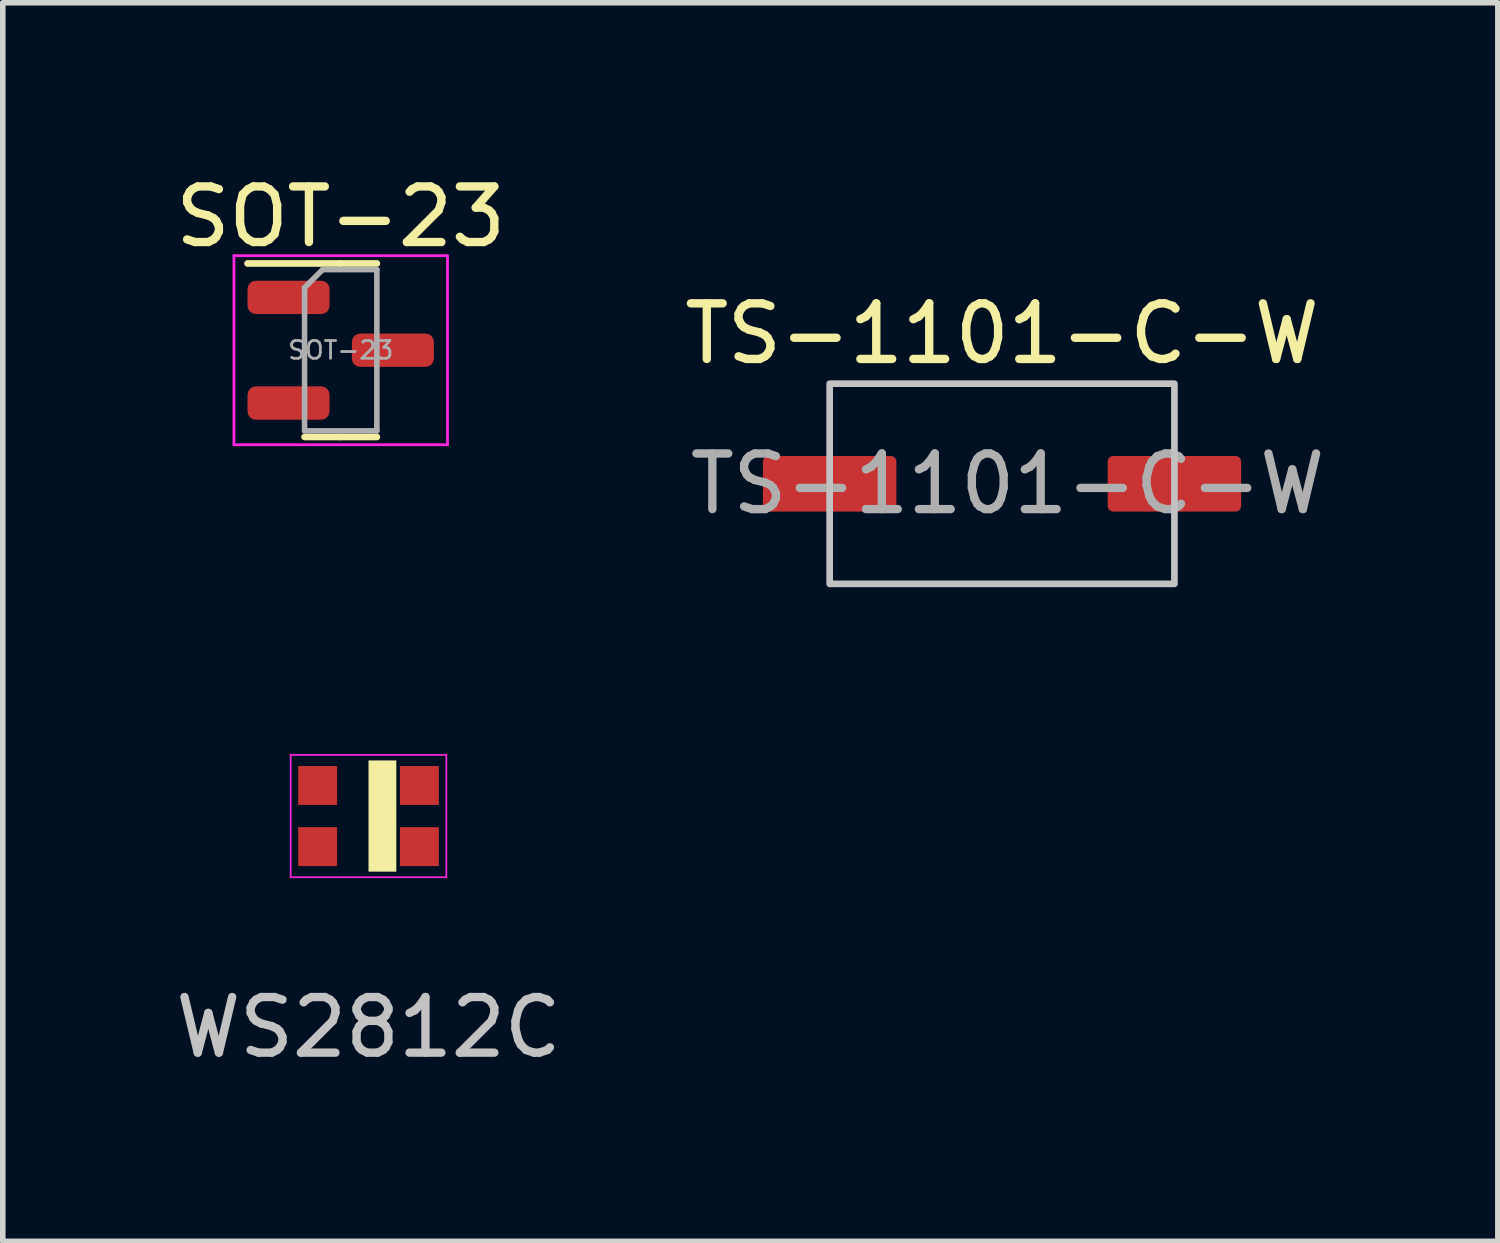
<source format=kicad_pcb>
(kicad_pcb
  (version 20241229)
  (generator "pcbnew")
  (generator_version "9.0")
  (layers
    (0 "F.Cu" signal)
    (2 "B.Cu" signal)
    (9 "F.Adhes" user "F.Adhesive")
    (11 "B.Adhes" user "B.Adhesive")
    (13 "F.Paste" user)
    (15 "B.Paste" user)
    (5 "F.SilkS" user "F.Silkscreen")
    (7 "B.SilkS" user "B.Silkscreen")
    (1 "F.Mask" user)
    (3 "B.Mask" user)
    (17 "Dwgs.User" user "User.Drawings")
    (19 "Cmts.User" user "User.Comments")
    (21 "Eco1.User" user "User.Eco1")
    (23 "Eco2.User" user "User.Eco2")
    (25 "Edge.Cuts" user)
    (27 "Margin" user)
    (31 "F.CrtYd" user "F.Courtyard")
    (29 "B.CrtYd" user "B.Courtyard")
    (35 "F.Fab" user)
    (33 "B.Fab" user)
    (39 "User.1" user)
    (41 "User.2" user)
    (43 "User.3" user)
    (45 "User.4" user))
  (footprint "SOT-23"
    (layer "F.Cu")
    (at 3.077 3.248)
    (property "Reference" "SOT-23" (at 0 -2.4 0) (layer "F.SilkS") (effects (font (size 1 1) (thickness 0.15))))
    (attr smd)
    (fp_line (start 0 -1.56) (end -1.675 -1.56) (stroke (width 0.12) (type solid)) (layer "F.SilkS"))
    (fp_line (start 0 -1.56) (end 0.65 -1.56) (stroke (width 0.12) (type solid)) (layer "F.SilkS"))
    (fp_line (start 0 1.56) (end -0.65 1.56) (stroke (width 0.12) (type solid)) (layer "F.SilkS"))
    (fp_line (start 0 1.56) (end 0.65 1.56) (stroke (width 0.12) (type solid)) (layer "F.SilkS"))
    (fp_line (start -1.92 -1.7) (end -1.92 1.7) (stroke (width 0.05) (type solid)) (layer "F.CrtYd"))
    (fp_line (start -1.92 1.7) (end 1.92 1.7) (stroke (width 0.05) (type solid)) (layer "F.CrtYd"))
    (fp_line (start 1.92 -1.7) (end -1.92 -1.7) (stroke (width 0.05) (type solid)) (layer "F.CrtYd"))
    (fp_line (start 1.92 1.7) (end 1.92 -1.7) (stroke (width 0.05) (type solid)) (layer "F.CrtYd"))
    (fp_line (start -0.65 -1.125) (end -0.325 -1.45) (stroke (width 0.1) (type solid)) (layer "F.Fab"))
    (fp_line (start -0.65 1.45) (end -0.65 -1.125) (stroke (width 0.1) (type solid)) (layer "F.Fab"))
    (fp_line (start -0.325 -1.45) (end 0.65 -1.45) (stroke (width 0.1) (type solid)) (layer "F.Fab"))
    (fp_line (start 0.65 -1.45) (end 0.65 1.45) (stroke (width 0.1) (type solid)) (layer "F.Fab"))
    (fp_line (start 0.65 1.45) (end -0.65 1.45) (stroke (width 0.1) (type solid)) (layer "F.Fab"))
    (fp_text user "${REFERENCE}" (at 0 0 0) (layer "F.Fab") (effects (font (size 0.32 0.32) (thickness 0.05))))
    (pad "1" smd roundrect (at -0.938 -0.95) (size 1.475 0.6) (layers "F.Cu" "F.Mask" "F.Paste") (roundrect_rratio 0.25))
    (pad "2" smd roundrect (at -0.938 0.95) (size 1.475 0.6) (layers "F.Cu" "F.Mask" "F.Paste") (roundrect_rratio 0.25))
    (pad "3" smd roundrect (at 0.938 0) (size 1.475 0.6) (layers "F.Cu" "F.Mask" "F.Paste") (roundrect_rratio 0.25)))
  (footprint "TS-1101-C-W"
    (layer "F.Cu")
    (at 14.97 0.25)
    (property "Reference" "TS-1101-C-W" (at 0 2.7 0) (unlocked yes) (layer "F.SilkS") (effects (font (size 1 1) (thickness 0.15))))
    (attr smd)
    (fp_rect (start -3.1 7.2) (end 3.1 3.6) (stroke (width 0.12) (type solid)) (fill no) (layer "Dwgs.User"))
    (fp_text user "${REFERENCE}" (at 0.1 5.4 0) (unlocked yes) (layer "F.Fab") (effects (font (size 1 1) (thickness 0.15))))
    (pad "1" smd roundrect (at -3.1 5.4) (size 2.4 1) (layers "F.Cu" "F.Mask" "F.Paste") (roundrect_rratio 0.1))
    (pad "2" smd roundrect (at 3.1 5.4) (size 2.4 1) (layers "F.Cu" "F.Mask" "F.Paste") (roundrect_rratio 0.1)))
  (footprint "WS2812C"
    (layer "F.Cu")
    (at 3.577 11.625)
    (property "Reference" "WS2812C" (at 0 3.8 180) (layer "Dwgs.User") (effects (font (size 1 1) (thickness 0.15))))
    (attr through_hole)
    (fp_poly (pts (xy 0 -1) (xy 0.5 -1) (xy 0.5 1) (xy 0 1)) (stroke (width 0) (type solid)) (fill yes) (layer "F.SilkS"))
    (fp_line (start -1.4 -1.1) (end 1.4 -1.1) (stroke (width 0.03) (type solid)) (layer "F.CrtYd"))
    (fp_line (start -1.4 1.1) (end -1.4 -1.1) (stroke (width 0.03) (type solid)) (layer "F.CrtYd"))
    (fp_line (start 1.4 -1.1) (end 1.4 1.1) (stroke (width 0.03) (type solid)) (layer "F.CrtYd"))
    (fp_line (start 1.4 1.1) (end -1.4 1.1) (stroke (width 0.03) (type solid)) (layer "F.CrtYd"))
    (pad "1" smd rect (at 0.915 0.55) (size 0.7 0.7) (layers "F.Cu" "F.Mask" "F.Paste"))
    (pad "2" smd rect (at 0.915 -0.55) (size 0.7 0.7) (layers "F.Cu" "F.Mask" "F.Paste"))
    (pad "3" smd rect (at -0.915 -0.55) (size 0.7 0.7) (layers "F.Cu" "F.Mask" "F.Paste"))
    (pad "4" smd rect (at -0.915 0.55) (size 0.7 0.7) (layers "F.Cu" "F.Mask" "F.Paste")))
  (gr_rect
    (start -3 -3)
    (end 23.886 19.273)
    (stroke (width 0.1) (type default))
    (fill no)
    (layer "Edge.Cuts")))
</source>
